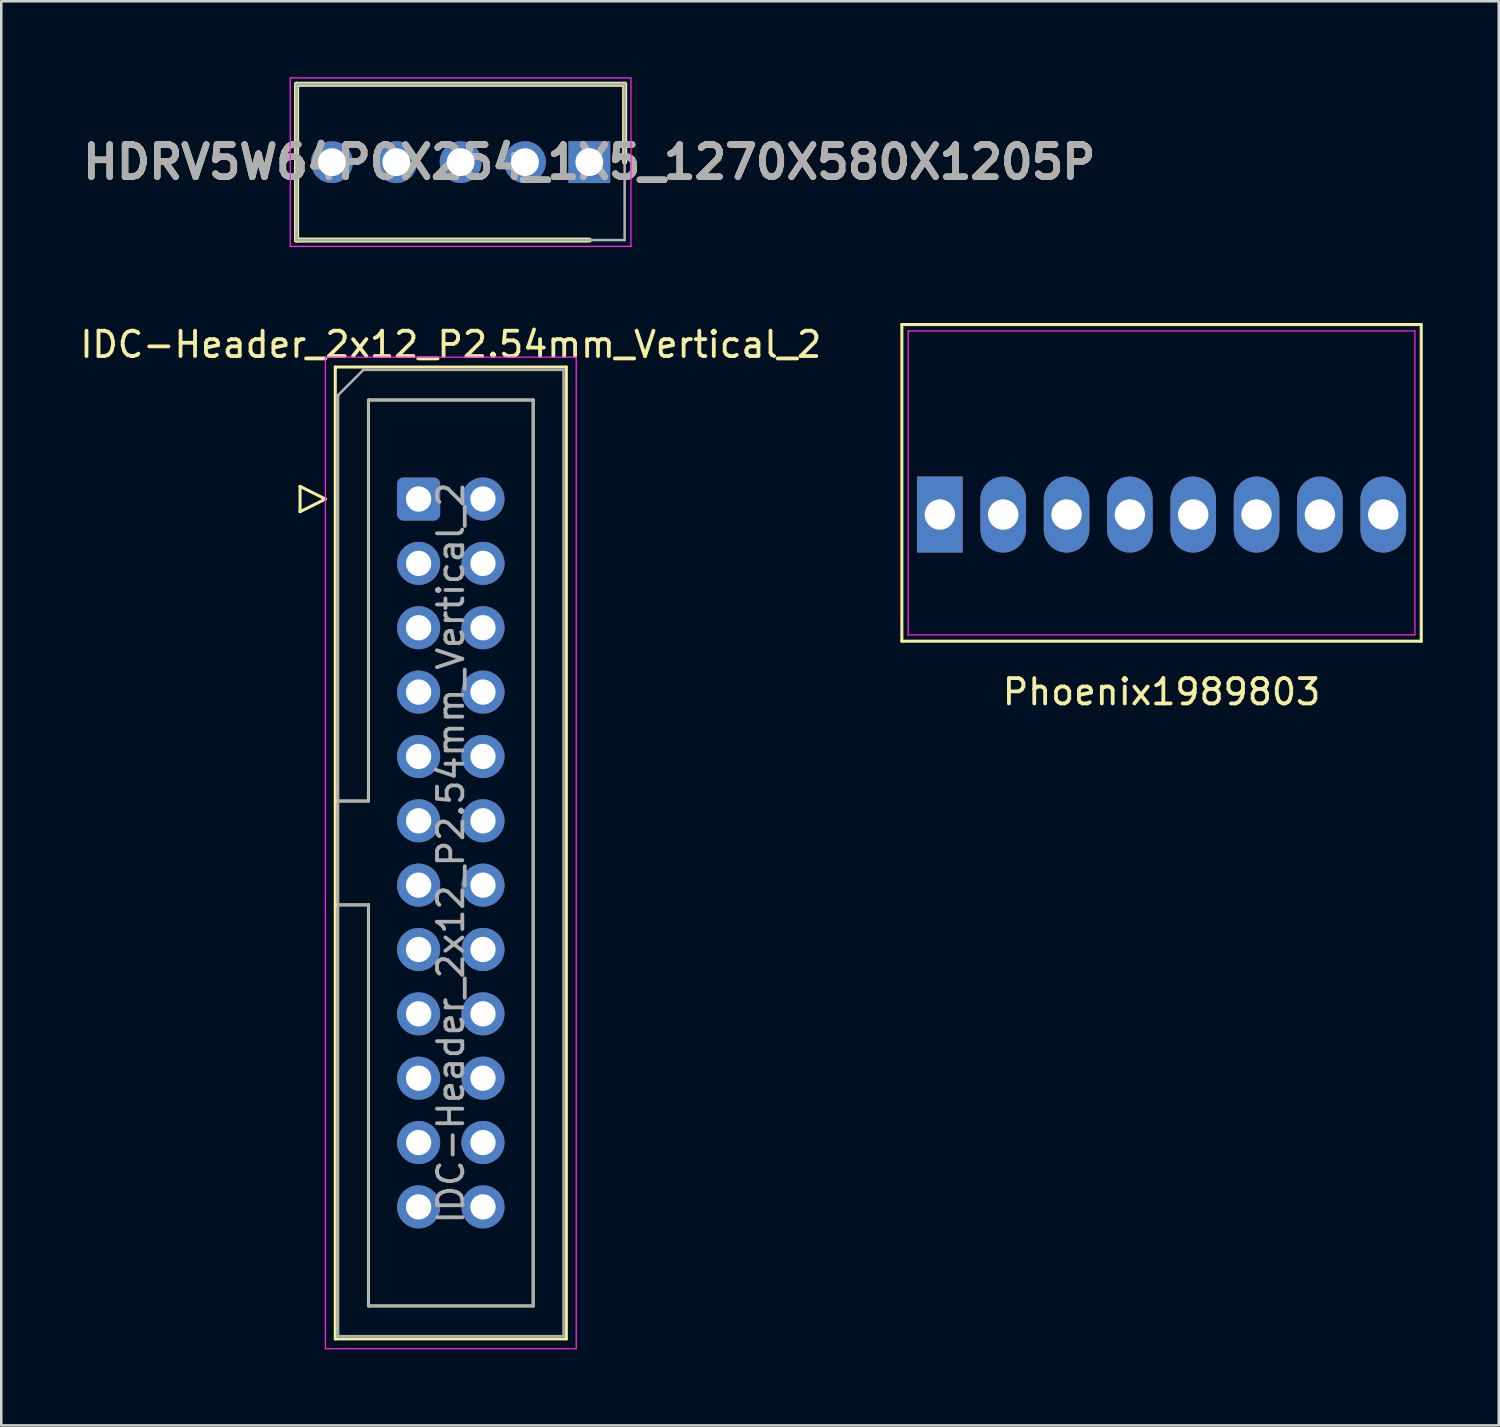
<source format=kicad_pcb>
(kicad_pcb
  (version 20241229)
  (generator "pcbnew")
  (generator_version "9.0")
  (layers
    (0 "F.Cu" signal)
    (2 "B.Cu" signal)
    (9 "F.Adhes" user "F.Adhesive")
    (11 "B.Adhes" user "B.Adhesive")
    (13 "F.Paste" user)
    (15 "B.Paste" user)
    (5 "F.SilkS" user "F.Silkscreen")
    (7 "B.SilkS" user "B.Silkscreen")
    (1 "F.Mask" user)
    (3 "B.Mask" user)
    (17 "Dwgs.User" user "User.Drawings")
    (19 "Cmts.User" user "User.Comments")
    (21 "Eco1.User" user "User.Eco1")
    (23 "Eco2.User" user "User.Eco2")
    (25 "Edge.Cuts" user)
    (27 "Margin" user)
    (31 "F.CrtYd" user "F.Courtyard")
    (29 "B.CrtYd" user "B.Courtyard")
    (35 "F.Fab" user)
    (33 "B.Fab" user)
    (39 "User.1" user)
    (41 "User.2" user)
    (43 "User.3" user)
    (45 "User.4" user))
  (footprint "HDRV5W64P0X254_1X5_1270X580X1205P"
    (layer "F.Cu")
    (at 20.211 3.35)
    (property "Reference" "HDRV5W64P0X254_1X5_1270X580X1205P" (at 0 0 0) (layer "F.SilkS") (effects (font (size 1.27 1.27) (thickness 0.254))))
    (attr through_hole)
    (fp_line (start -11.555 -3.075) (end 1.395 -3.075) (stroke (width 0.2) (type solid)) (layer "F.SilkS"))
    (fp_line (start -11.555 3.075) (end -11.555 -3.075) (stroke (width 0.2) (type solid)) (layer "F.SilkS"))
    (fp_line (start 0 3.075) (end -11.555 3.075) (stroke (width 0.2) (type solid)) (layer "F.SilkS"))
    (fp_line (start 1.395 -3.075) (end 1.395 0) (stroke (width 0.2) (type solid)) (layer "F.SilkS"))
    (fp_line (start -11.805 -3.325) (end 1.645 -3.325) (stroke (width 0.05) (type solid)) (layer "F.CrtYd"))
    (fp_line (start -11.805 3.325) (end -11.805 -3.325) (stroke (width 0.05) (type solid)) (layer "F.CrtYd"))
    (fp_line (start 1.645 -3.325) (end 1.645 3.325) (stroke (width 0.05) (type solid)) (layer "F.CrtYd"))
    (fp_line (start 1.645 3.325) (end -11.805 3.325) (stroke (width 0.05) (type solid)) (layer "F.CrtYd"))
    (fp_line (start -11.555 -3.075) (end 1.395 -3.075) (stroke (width 0.1) (type solid)) (layer "F.Fab"))
    (fp_line (start -11.555 3.075) (end -11.555 -3.075) (stroke (width 0.1) (type solid)) (layer "F.Fab"))
    (fp_line (start 1.395 -3.075) (end 1.395 3.075) (stroke (width 0.1) (type solid)) (layer "F.Fab"))
    (fp_line (start 1.395 3.075) (end -11.555 3.075) (stroke (width 0.1) (type solid)) (layer "F.Fab"))
    (fp_text user "${REFERENCE}" (at 0 0 0) (layer "F.Fab") (effects (font (size 1.27 1.27) (thickness 0.254))))
    (pad "1" thru_hole rect (at 0 0) (size 1.65 1.65) (drill 1.1) (layers "*.Cu" "*.Mask"))
    (pad "2" thru_hole circle (at -2.54 0) (size 1.65 1.65) (drill 1.1) (layers "*.Cu" "*.Mask"))
    (pad "3" thru_hole circle (at -5.08 0) (size 1.65 1.65) (drill 1.1) (layers "*.Cu" "*.Mask"))
    (pad "4" thru_hole circle (at -7.62 0) (size 1.65 1.65) (drill 1.1) (layers "*.Cu" "*.Mask"))
    (pad "5" thru_hole circle (at -10.16 0) (size 1.65 1.65) (drill 1.1) (layers "*.Cu" "*.Mask")))
  (footprint "IDC-Header_2x12_P2.54mm_Vertical_2"
    (layer "F.Cu")
    (at 13.474 16.648)
    (property "Reference" "IDC-Header_2x12_P2.54mm_Vertical_2" (at 1.27 -6.1 0) (layer "F.SilkS") (effects (font (size 1 1) (thickness 0.15))))
    (attr through_hole)
    (fp_line (start -4.68 -0.5) (end -4.68 0.5) (stroke (width 0.12) (type solid)) (layer "F.SilkS"))
    (fp_line (start -4.68 0.5) (end -3.68 0) (stroke (width 0.12) (type solid)) (layer "F.SilkS"))
    (fp_line (start -3.68 0) (end -4.68 -0.5) (stroke (width 0.12) (type solid)) (layer "F.SilkS"))
    (fp_line (start -3.29 -5.21) (end 5.83 -5.21) (stroke (width 0.12) (type solid)) (layer "F.SilkS"))
    (fp_line (start -3.29 11.92) (end -1.98 11.92) (stroke (width 0.12) (type solid)) (layer "F.SilkS"))
    (fp_line (start -3.29 33.15) (end -3.29 -5.21) (stroke (width 0.12) (type solid)) (layer "F.SilkS"))
    (fp_line (start -1.98 -3.91) (end 4.52 -3.91) (stroke (width 0.12) (type solid)) (layer "F.SilkS"))
    (fp_line (start -1.98 11.92) (end -1.98 -3.91) (stroke (width 0.12) (type solid)) (layer "F.SilkS"))
    (fp_line (start -1.98 16.02) (end -3.29 16.02) (stroke (width 0.12) (type solid)) (layer "F.SilkS"))
    (fp_line (start -1.98 16.02) (end -1.98 16.02) (stroke (width 0.12) (type solid)) (layer "F.SilkS"))
    (fp_line (start -1.98 31.85) (end -1.98 16.02) (stroke (width 0.12) (type solid)) (layer "F.SilkS"))
    (fp_line (start 4.52 -3.91) (end 4.52 31.85) (stroke (width 0.12) (type solid)) (layer "F.SilkS"))
    (fp_line (start 4.52 31.85) (end -1.98 31.85) (stroke (width 0.12) (type solid)) (layer "F.SilkS"))
    (fp_line (start 5.83 -5.21) (end 5.83 33.15) (stroke (width 0.12) (type solid)) (layer "F.SilkS"))
    (fp_line (start 5.83 33.15) (end -3.29 33.15) (stroke (width 0.12) (type solid)) (layer "F.SilkS"))
    (fp_line (start -3.68 -5.6) (end -3.68 33.54) (stroke (width 0.05) (type solid)) (layer "F.CrtYd"))
    (fp_line (start -3.68 33.54) (end 6.22 33.54) (stroke (width 0.05) (type solid)) (layer "F.CrtYd"))
    (fp_line (start 6.22 -5.6) (end -3.68 -5.6) (stroke (width 0.05) (type solid)) (layer "F.CrtYd"))
    (fp_line (start 6.22 33.54) (end 6.22 -5.6) (stroke (width 0.05) (type solid)) (layer "F.CrtYd"))
    (fp_line (start -3.18 -4.1) (end -2.18 -5.1) (stroke (width 0.1) (type solid)) (layer "F.Fab"))
    (fp_line (start -3.18 11.92) (end -1.98 11.92) (stroke (width 0.1) (type solid)) (layer "F.Fab"))
    (fp_line (start -3.18 33.04) (end -3.18 -4.1) (stroke (width 0.1) (type solid)) (layer "F.Fab"))
    (fp_line (start -2.18 -5.1) (end 5.72 -5.1) (stroke (width 0.1) (type solid)) (layer "F.Fab"))
    (fp_line (start -1.98 -3.91) (end 4.52 -3.91) (stroke (width 0.1) (type solid)) (layer "F.Fab"))
    (fp_line (start -1.98 11.92) (end -1.98 -3.91) (stroke (width 0.1) (type solid)) (layer "F.Fab"))
    (fp_line (start -1.98 16.02) (end -3.18 16.02) (stroke (width 0.1) (type solid)) (layer "F.Fab"))
    (fp_line (start -1.98 16.02) (end -1.98 16.02) (stroke (width 0.1) (type solid)) (layer "F.Fab"))
    (fp_line (start -1.98 31.85) (end -1.98 16.02) (stroke (width 0.1) (type solid)) (layer "F.Fab"))
    (fp_line (start 4.52 -3.91) (end 4.52 31.85) (stroke (width 0.1) (type solid)) (layer "F.Fab"))
    (fp_line (start 4.52 31.85) (end -1.98 31.85) (stroke (width 0.1) (type solid)) (layer "F.Fab"))
    (fp_line (start 5.72 -5.1) (end 5.72 33.04) (stroke (width 0.1) (type solid)) (layer "F.Fab"))
    (fp_line (start 5.72 33.04) (end -3.18 33.04) (stroke (width 0.1) (type solid)) (layer "F.Fab"))
    (fp_text user "${REFERENCE}" (at 1.27 13.97 90) (layer "F.Fab") (effects (font (size 1 1) (thickness 0.15))))
    (pad "1" thru_hole roundrect (at 0 0) (size 1.7 1.7) (drill 1) (layers "*.Cu" "*.Mask") (roundrect_rratio 0.147))
    (pad "2" thru_hole circle (at 2.54 0) (size 1.7 1.7) (drill 1) (layers "*.Cu" "*.Mask"))
    (pad "3" thru_hole circle (at 0 2.54) (size 1.7 1.7) (drill 1) (layers "*.Cu" "*.Mask"))
    (pad "4" thru_hole circle (at 2.54 2.54) (size 1.7 1.7) (drill 1) (layers "*.Cu" "*.Mask"))
    (pad "5" thru_hole circle (at 0 5.08) (size 1.7 1.7) (drill 1) (layers "*.Cu" "*.Mask"))
    (pad "6" thru_hole circle (at 2.54 5.08) (size 1.7 1.7) (drill 1) (layers "*.Cu" "*.Mask"))
    (pad "7" thru_hole circle (at 0 7.62) (size 1.7 1.7) (drill 1) (layers "*.Cu" "*.Mask"))
    (pad "8" thru_hole circle (at 2.54 7.62) (size 1.7 1.7) (drill 1) (layers "*.Cu" "*.Mask"))
    (pad "9" thru_hole circle (at 0 10.16) (size 1.7 1.7) (drill 1) (layers "*.Cu" "*.Mask"))
    (pad "10" thru_hole circle (at 2.54 10.16) (size 1.7 1.7) (drill 1) (layers "*.Cu" "*.Mask"))
    (pad "11" thru_hole circle (at 0 12.7) (size 1.7 1.7) (drill 1) (layers "*.Cu" "*.Mask"))
    (pad "12" thru_hole circle (at 2.54 12.7) (size 1.7 1.7) (drill 1) (layers "*.Cu" "*.Mask"))
    (pad "13" thru_hole circle (at 0 15.24) (size 1.7 1.7) (drill 1) (layers "*.Cu" "*.Mask"))
    (pad "14" thru_hole circle (at 2.54 15.24) (size 1.7 1.7) (drill 1) (layers "*.Cu" "*.Mask"))
    (pad "15" thru_hole circle (at 0 17.78) (size 1.7 1.7) (drill 1) (layers "*.Cu" "*.Mask"))
    (pad "16" thru_hole circle (at 2.54 17.78) (size 1.7 1.7) (drill 1) (layers "*.Cu" "*.Mask"))
    (pad "17" thru_hole circle (at 0 20.32) (size 1.7 1.7) (drill 1) (layers "*.Cu" "*.Mask"))
    (pad "18" thru_hole circle (at 2.54 20.32) (size 1.7 1.7) (drill 1) (layers "*.Cu" "*.Mask"))
    (pad "19" thru_hole circle (at 0 22.86) (size 1.7 1.7) (drill 1) (layers "*.Cu" "*.Mask"))
    (pad "20" thru_hole circle (at 2.54 22.86) (size 1.7 1.7) (drill 1) (layers "*.Cu" "*.Mask"))
    (pad "21" thru_hole circle (at 0 25.4) (size 1.7 1.7) (drill 1) (layers "*.Cu" "*.Mask"))
    (pad "22" thru_hole circle (at 2.54 25.4) (size 1.7 1.7) (drill 1) (layers "*.Cu" "*.Mask"))
    (pad "23" thru_hole circle (at 0 27.94) (size 1.7 1.7) (drill 1) (layers "*.Cu" "*.Mask"))
    (pad "24" thru_hole circle (at 2.54 27.94) (size 1.7 1.7) (drill 1) (layers "*.Cu" "*.Mask")))
  (footprint "Phoenix1989803"
    (layer "F.Cu")
    (at 42.798 17.26)
    (property "Reference" "Phoenix1989803" (at 0 7 0) (layer "F.SilkS") (effects (font (size 1 1) (thickness 0.15))))
    (attr through_hole)
    (fp_line (start -10.25 -7.5) (end 10.25 -7.5) (stroke (width 0.12) (type solid)) (layer "F.SilkS"))
    (fp_line (start -10.25 5) (end -10.25 -7.5) (stroke (width 0.12) (type solid)) (layer "F.SilkS"))
    (fp_line (start 10.25 -7.5) (end 10.25 5) (stroke (width 0.12) (type solid)) (layer "F.SilkS"))
    (fp_line (start 10.25 5) (end -10.25 5) (stroke (width 0.12) (type solid)) (layer "F.SilkS"))
    (fp_line (start -10 -7.25) (end 10 -7.25) (stroke (width 0.05) (type solid)) (layer "F.CrtYd"))
    (fp_line (start -10 4.75) (end -10 -7.25) (stroke (width 0.05) (type solid)) (layer "F.CrtYd"))
    (fp_line (start -10 4.75) (end 10 4.75) (stroke (width 0.05) (type solid)) (layer "F.CrtYd"))
    (fp_line (start 10 -7.25) (end 10 4.75) (stroke (width 0.05) (type solid)) (layer "F.CrtYd"))
    (pad "1" thru_hole rect (at -8.75 0) (size 1.8 3) (drill 1.2) (layers "*.Cu" "*.Mask"))
    (pad "2" thru_hole oval (at -6.25 0) (size 1.8 3) (drill 1.2) (layers "*.Cu" "*.Mask"))
    (pad "3" thru_hole oval (at -3.75 0) (size 1.8 3) (drill 1.2) (layers "*.Cu" "*.Mask"))
    (pad "4" thru_hole oval (at -1.25 0) (size 1.8 3) (drill 1.2) (layers "*.Cu" "*.Mask"))
    (pad "5" thru_hole oval (at 1.25 0) (size 1.8 3) (drill 1.2) (layers "*.Cu" "*.Mask"))
    (pad "6" thru_hole oval (at 3.75 0) (size 1.8 3) (drill 1.2) (layers "*.Cu" "*.Mask"))
    (pad "7" thru_hole oval (at 6.25 0) (size 1.8 3) (drill 1.2) (layers "*.Cu" "*.Mask"))
    (pad "8" thru_hole oval (at 8.75 0) (size 1.8 3) (drill 1.2) (layers "*.Cu" "*.Mask")))
  (gr_rect
    (start -3 -3)
    (end 56.108 53.213)
    (stroke (width 0.1) (type default))
    (fill no)
    (layer "Edge.Cuts")))
</source>
